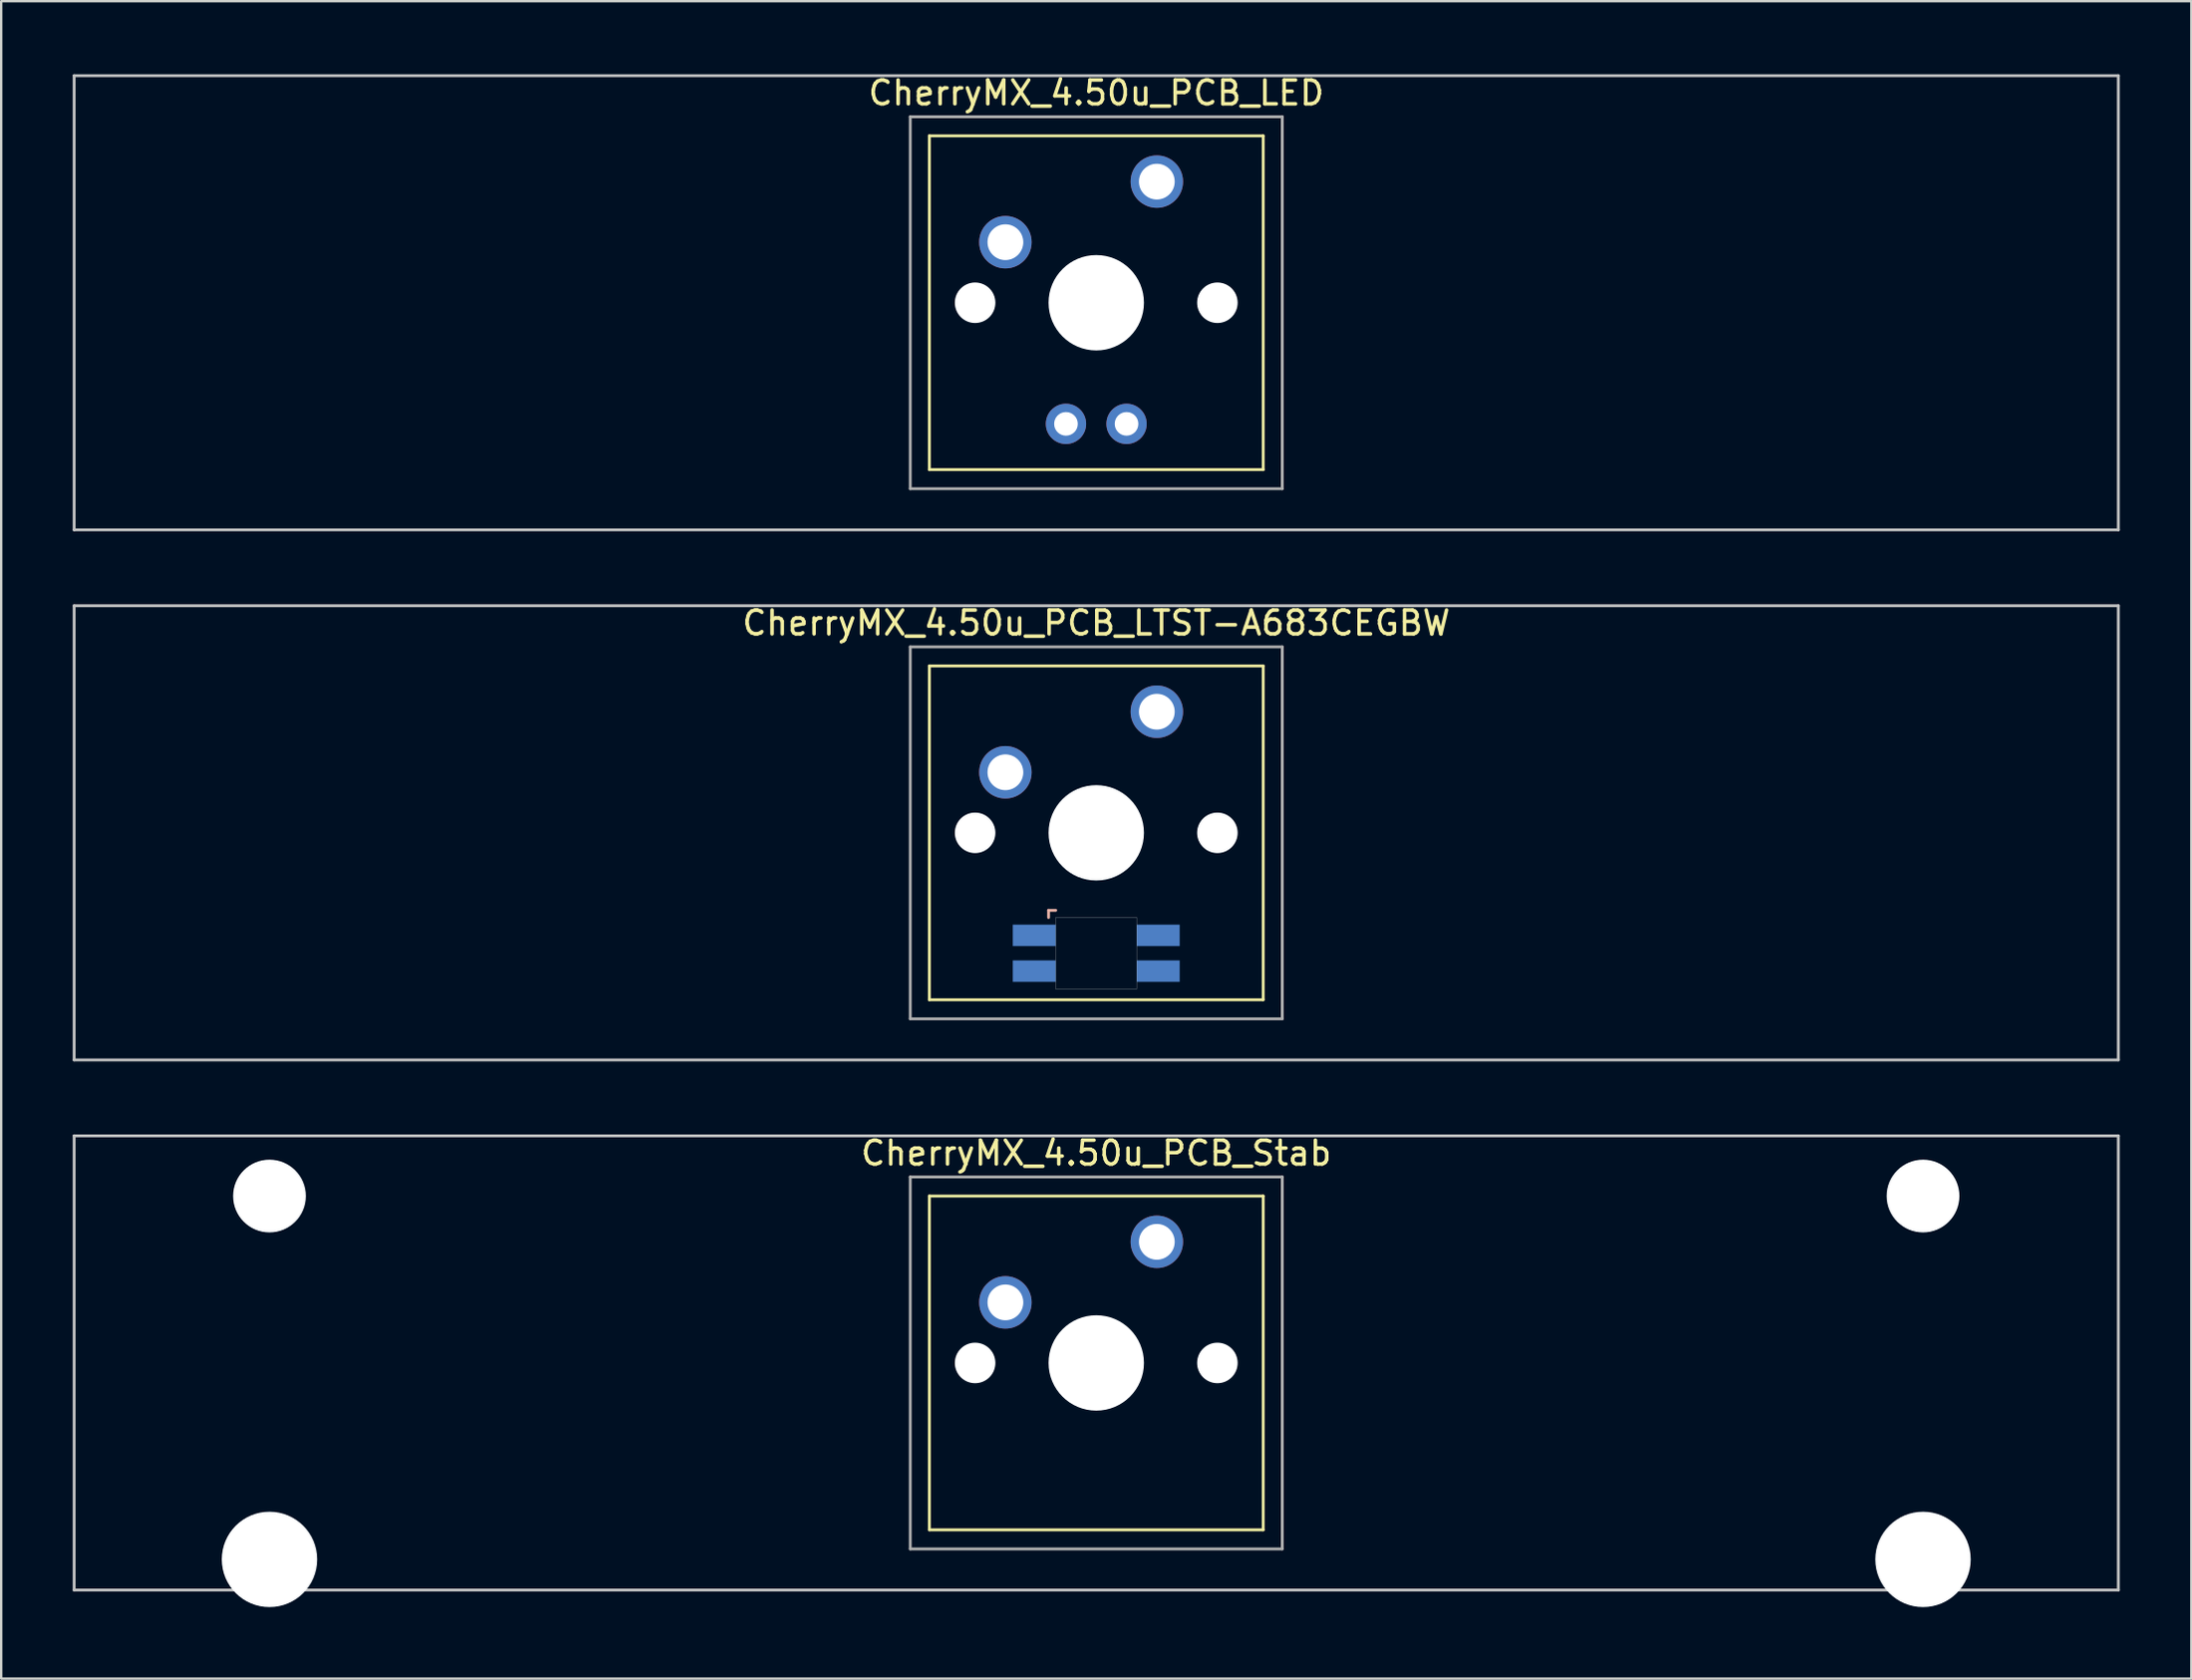
<source format=kicad_pcb>
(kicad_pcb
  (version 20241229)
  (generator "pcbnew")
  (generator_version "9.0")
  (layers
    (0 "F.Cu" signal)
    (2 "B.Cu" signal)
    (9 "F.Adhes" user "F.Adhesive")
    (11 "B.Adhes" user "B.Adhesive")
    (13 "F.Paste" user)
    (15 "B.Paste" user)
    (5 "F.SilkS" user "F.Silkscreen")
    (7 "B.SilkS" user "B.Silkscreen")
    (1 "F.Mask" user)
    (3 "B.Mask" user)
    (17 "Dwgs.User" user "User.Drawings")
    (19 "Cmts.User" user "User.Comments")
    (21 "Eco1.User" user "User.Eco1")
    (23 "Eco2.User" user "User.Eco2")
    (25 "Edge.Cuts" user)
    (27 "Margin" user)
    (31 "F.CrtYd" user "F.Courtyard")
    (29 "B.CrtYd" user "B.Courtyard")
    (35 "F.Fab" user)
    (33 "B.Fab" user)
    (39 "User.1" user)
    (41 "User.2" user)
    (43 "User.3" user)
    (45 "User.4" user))
  (footprint "CherryMX_4.50u_PCB_LED"
    (layer "F.Cu")
    (at 42.922 9.648)
    (property "Reference" "CherryMX_4.50u_PCB_LED" (at 0 -8.8 0) (layer "F.SilkS") (effects (font (size 1 1) (thickness 0.15))))
    (attr through_hole)
    (fp_line (start -7 -7) (end -7 7) (stroke (width 0.12) (type solid)) (layer "F.SilkS"))
    (fp_line (start -7 -7) (end 7 -7) (stroke (width 0.12) (type solid)) (layer "F.SilkS"))
    (fp_line (start 7 -7) (end 7 7) (stroke (width 0.12) (type solid)) (layer "F.SilkS"))
    (fp_line (start 7 7) (end -7 7) (stroke (width 0.12) (type solid)) (layer "F.SilkS"))
    (fp_line (start -42.862 -9.525) (end 42.862 -9.525) (stroke (width 0.12) (type solid)) (layer "Dwgs.User"))
    (fp_line (start -42.862 9.525) (end -42.862 -9.525) (stroke (width 0.12) (type solid)) (layer "Dwgs.User"))
    (fp_line (start 42.862 -9.525) (end 42.862 9.525) (stroke (width 0.12) (type solid)) (layer "Dwgs.User"))
    (fp_line (start 42.862 9.525) (end -42.862 9.525) (stroke (width 0.12) (type solid)) (layer "Dwgs.User"))
    (fp_line (start -7.8 -7.8) (end -7.8 7.8) (stroke (width 0.12) (type solid)) (layer "F.Fab"))
    (fp_line (start -7.8 -7.8) (end 7.8 -7.8) (stroke (width 0.12) (type solid)) (layer "F.Fab"))
    (fp_line (start -7.8 7.8) (end 7.8 7.8) (stroke (width 0.12) (type solid)) (layer "F.Fab"))
    (fp_line (start 7.8 -7.8) (end 7.8 7.8) (stroke (width 0.12) (type solid)) (layer "F.Fab"))
    (pad "" np_thru_hole circle (at -5.08 0) (size 1.7 1.7) (drill 1.7) (layers "*.Cu" "*.Mask"))
    (pad "" np_thru_hole circle (at 0 0) (size 4 4) (drill 4) (layers "*.Cu" "*.Mask"))
    (pad "" np_thru_hole circle (at 5.08 0) (size 1.7 1.7) (drill 1.7) (layers "*.Cu" "*.Mask"))
    (pad "1" thru_hole circle (at -3.81 -2.54) (size 2.2 2.2) (drill 1.5) (layers "*.Cu" "*.Mask"))
    (pad "2" thru_hole circle (at 2.54 -5.08) (size 2.2 2.2) (drill 1.5) (layers "*.Cu" "*.Mask"))
    (pad "3" thru_hole circle (at -1.27 5.08) (size 1.691 1.691) (drill 0.991) (layers "*.Cu" "*.Mask"))
    (pad "4" thru_hole circle (at 1.27 5.08) (size 1.691 1.691) (drill 0.991) (layers "*.Cu" "*.Mask")))
  (footprint "CherryMX_4.50u_PCB_LTST-A683CEGBW"
    (layer "F.Cu")
    (at 42.922 31.881)
    (property "Reference" "CherryMX_4.50u_PCB_LTST-A683CEGBW" (at 0 -8.8 0) (layer "F.SilkS") (effects (font (size 1 1) (thickness 0.15))))
    (attr through_hole)
    (fp_line (start -7 -7) (end -7 7) (stroke (width 0.12) (type solid)) (layer "F.SilkS"))
    (fp_line (start -7 -7) (end 7 -7) (stroke (width 0.12) (type solid)) (layer "F.SilkS"))
    (fp_line (start 7 -7) (end 7 7) (stroke (width 0.12) (type solid)) (layer "F.SilkS"))
    (fp_line (start 7 7) (end -7 7) (stroke (width 0.12) (type solid)) (layer "F.SilkS"))
    (fp_line (start -2 3.25) (end -2 3.55) (stroke (width 0.12) (type solid)) (layer "B.SilkS"))
    (fp_line (start -1.7 3.25) (end -2 3.25) (stroke (width 0.12) (type solid)) (layer "B.SilkS"))
    (fp_line (start -42.862 -9.525) (end 42.862 -9.525) (stroke (width 0.12) (type solid)) (layer "Dwgs.User"))
    (fp_line (start -42.862 9.525) (end -42.862 -9.525) (stroke (width 0.12) (type solid)) (layer "Dwgs.User"))
    (fp_line (start 42.862 -9.525) (end 42.862 9.525) (stroke (width 0.12) (type solid)) (layer "Dwgs.User"))
    (fp_line (start 42.862 9.525) (end -42.862 9.525) (stroke (width 0.12) (type solid)) (layer "Dwgs.User"))
    (fp_poly (pts (xy 1.7 6.55) (xy -1.7 6.55) (xy -1.7 3.55) (xy 1.7 3.55)) (stroke (width 0.01) (type solid)) (fill no) (layer "Edge.Cuts"))
    (fp_line (start -7.8 -7.8) (end -7.8 7.8) (stroke (width 0.12) (type solid)) (layer "F.Fab"))
    (fp_line (start -7.8 -7.8) (end 7.8 -7.8) (stroke (width 0.12) (type solid)) (layer "F.Fab"))
    (fp_line (start -7.8 7.8) (end 7.8 7.8) (stroke (width 0.12) (type solid)) (layer "F.Fab"))
    (fp_line (start 7.8 -7.8) (end 7.8 7.8) (stroke (width 0.12) (type solid)) (layer "F.Fab"))
    (pad "" np_thru_hole circle (at -5.08 0) (size 1.7 1.7) (drill 1.7) (layers "*.Cu" "*.Mask"))
    (pad "" np_thru_hole circle (at 0 0) (size 4 4) (drill 4) (layers "*.Cu" "*.Mask"))
    (pad "" np_thru_hole circle (at 5.08 0) (size 1.7 1.7) (drill 1.7) (layers "*.Cu" "*.Mask"))
    (pad "1" thru_hole circle (at -3.81 -2.54) (size 2.2 2.2) (drill 1.5) (layers "*.Cu" "*.Mask"))
    (pad "2" thru_hole circle (at 2.54 -5.08) (size 2.2 2.2) (drill 1.5) (layers "*.Cu" "*.Mask"))
    (pad "3" smd rect (at -2.6 4.3) (size 1.8 0.9) (layers "B.Cu" "B.Mask" "B.Paste"))
    (pad "4" smd rect (at -2.6 5.8) (size 1.8 0.9) (layers "B.Cu" "B.Mask" "B.Paste"))
    (pad "5" smd rect (at 2.6 4.3) (size 1.8 0.9) (layers "B.Cu" "B.Mask" "B.Paste"))
    (pad "6" smd rect (at 2.6 5.8) (size 1.8 0.9) (layers "B.Cu" "B.Mask" "B.Paste")))
  (footprint "CherryMX_4.50u_PCB_Stab"
    (layer "F.Cu")
    (at 42.922 54.115)
    (property "Reference" "CherryMX_4.50u_PCB_Stab" (at 0 -8.8 0) (layer "F.SilkS") (effects (font (size 1 1) (thickness 0.15))))
    (attr through_hole)
    (fp_line (start -7 -7) (end -7 7) (stroke (width 0.12) (type solid)) (layer "F.SilkS"))
    (fp_line (start -7 -7) (end 7 -7) (stroke (width 0.12) (type solid)) (layer "F.SilkS"))
    (fp_line (start 7 -7) (end 7 7) (stroke (width 0.12) (type solid)) (layer "F.SilkS"))
    (fp_line (start 7 7) (end -7 7) (stroke (width 0.12) (type solid)) (layer "F.SilkS"))
    (fp_line (start -42.862 -9.525) (end 42.862 -9.525) (stroke (width 0.12) (type solid)) (layer "Dwgs.User"))
    (fp_line (start -42.862 9.525) (end -42.862 -9.525) (stroke (width 0.12) (type solid)) (layer "Dwgs.User"))
    (fp_line (start 42.862 -9.525) (end 42.862 9.525) (stroke (width 0.12) (type solid)) (layer "Dwgs.User"))
    (fp_line (start 42.862 9.525) (end -42.862 9.525) (stroke (width 0.12) (type solid)) (layer "Dwgs.User"))
    (fp_line (start -7.8 -7.8) (end -7.8 7.8) (stroke (width 0.12) (type solid)) (layer "F.Fab"))
    (fp_line (start -7.8 -7.8) (end 7.8 -7.8) (stroke (width 0.12) (type solid)) (layer "F.Fab"))
    (fp_line (start -7.8 7.8) (end 7.8 7.8) (stroke (width 0.12) (type solid)) (layer "F.Fab"))
    (fp_line (start 7.8 -7.8) (end 7.8 7.8) (stroke (width 0.12) (type solid)) (layer "F.Fab"))
    (pad "" np_thru_hole circle (at -34.671 -7) (size 3.05 3.05) (drill 3.05) (layers "*.Cu" "*.Mask"))
    (pad "" np_thru_hole circle (at -34.671 8.24) (size 4 4) (drill 4) (layers "*.Cu" "*.Mask"))
    (pad "" np_thru_hole circle (at -5.08 0) (size 1.7 1.7) (drill 1.7) (layers "*.Cu" "*.Mask"))
    (pad "" np_thru_hole circle (at 0 0) (size 4 4) (drill 4) (layers "*.Cu" "*.Mask"))
    (pad "" np_thru_hole circle (at 5.08 0) (size 1.7 1.7) (drill 1.7) (layers "*.Cu" "*.Mask"))
    (pad "" np_thru_hole circle (at 34.671 -7) (size 3.05 3.05) (drill 3.05) (layers "*.Cu" "*.Mask"))
    (pad "" np_thru_hole circle (at 34.671 8.24) (size 4 4) (drill 4) (layers "*.Cu" "*.Mask"))
    (pad "1" thru_hole circle (at -3.81 -2.54) (size 2.2 2.2) (drill 1.5) (layers "*.Cu" "*.Mask"))
    (pad "2" thru_hole circle (at 2.54 -5.08) (size 2.2 2.2) (drill 1.5) (layers "*.Cu" "*.Mask")))
  (gr_rect
    (start -3 -3)
    (end 88.845 67.355)
    (stroke (width 0.1) (type default))
    (fill no)
    (layer "Edge.Cuts")))
</source>
